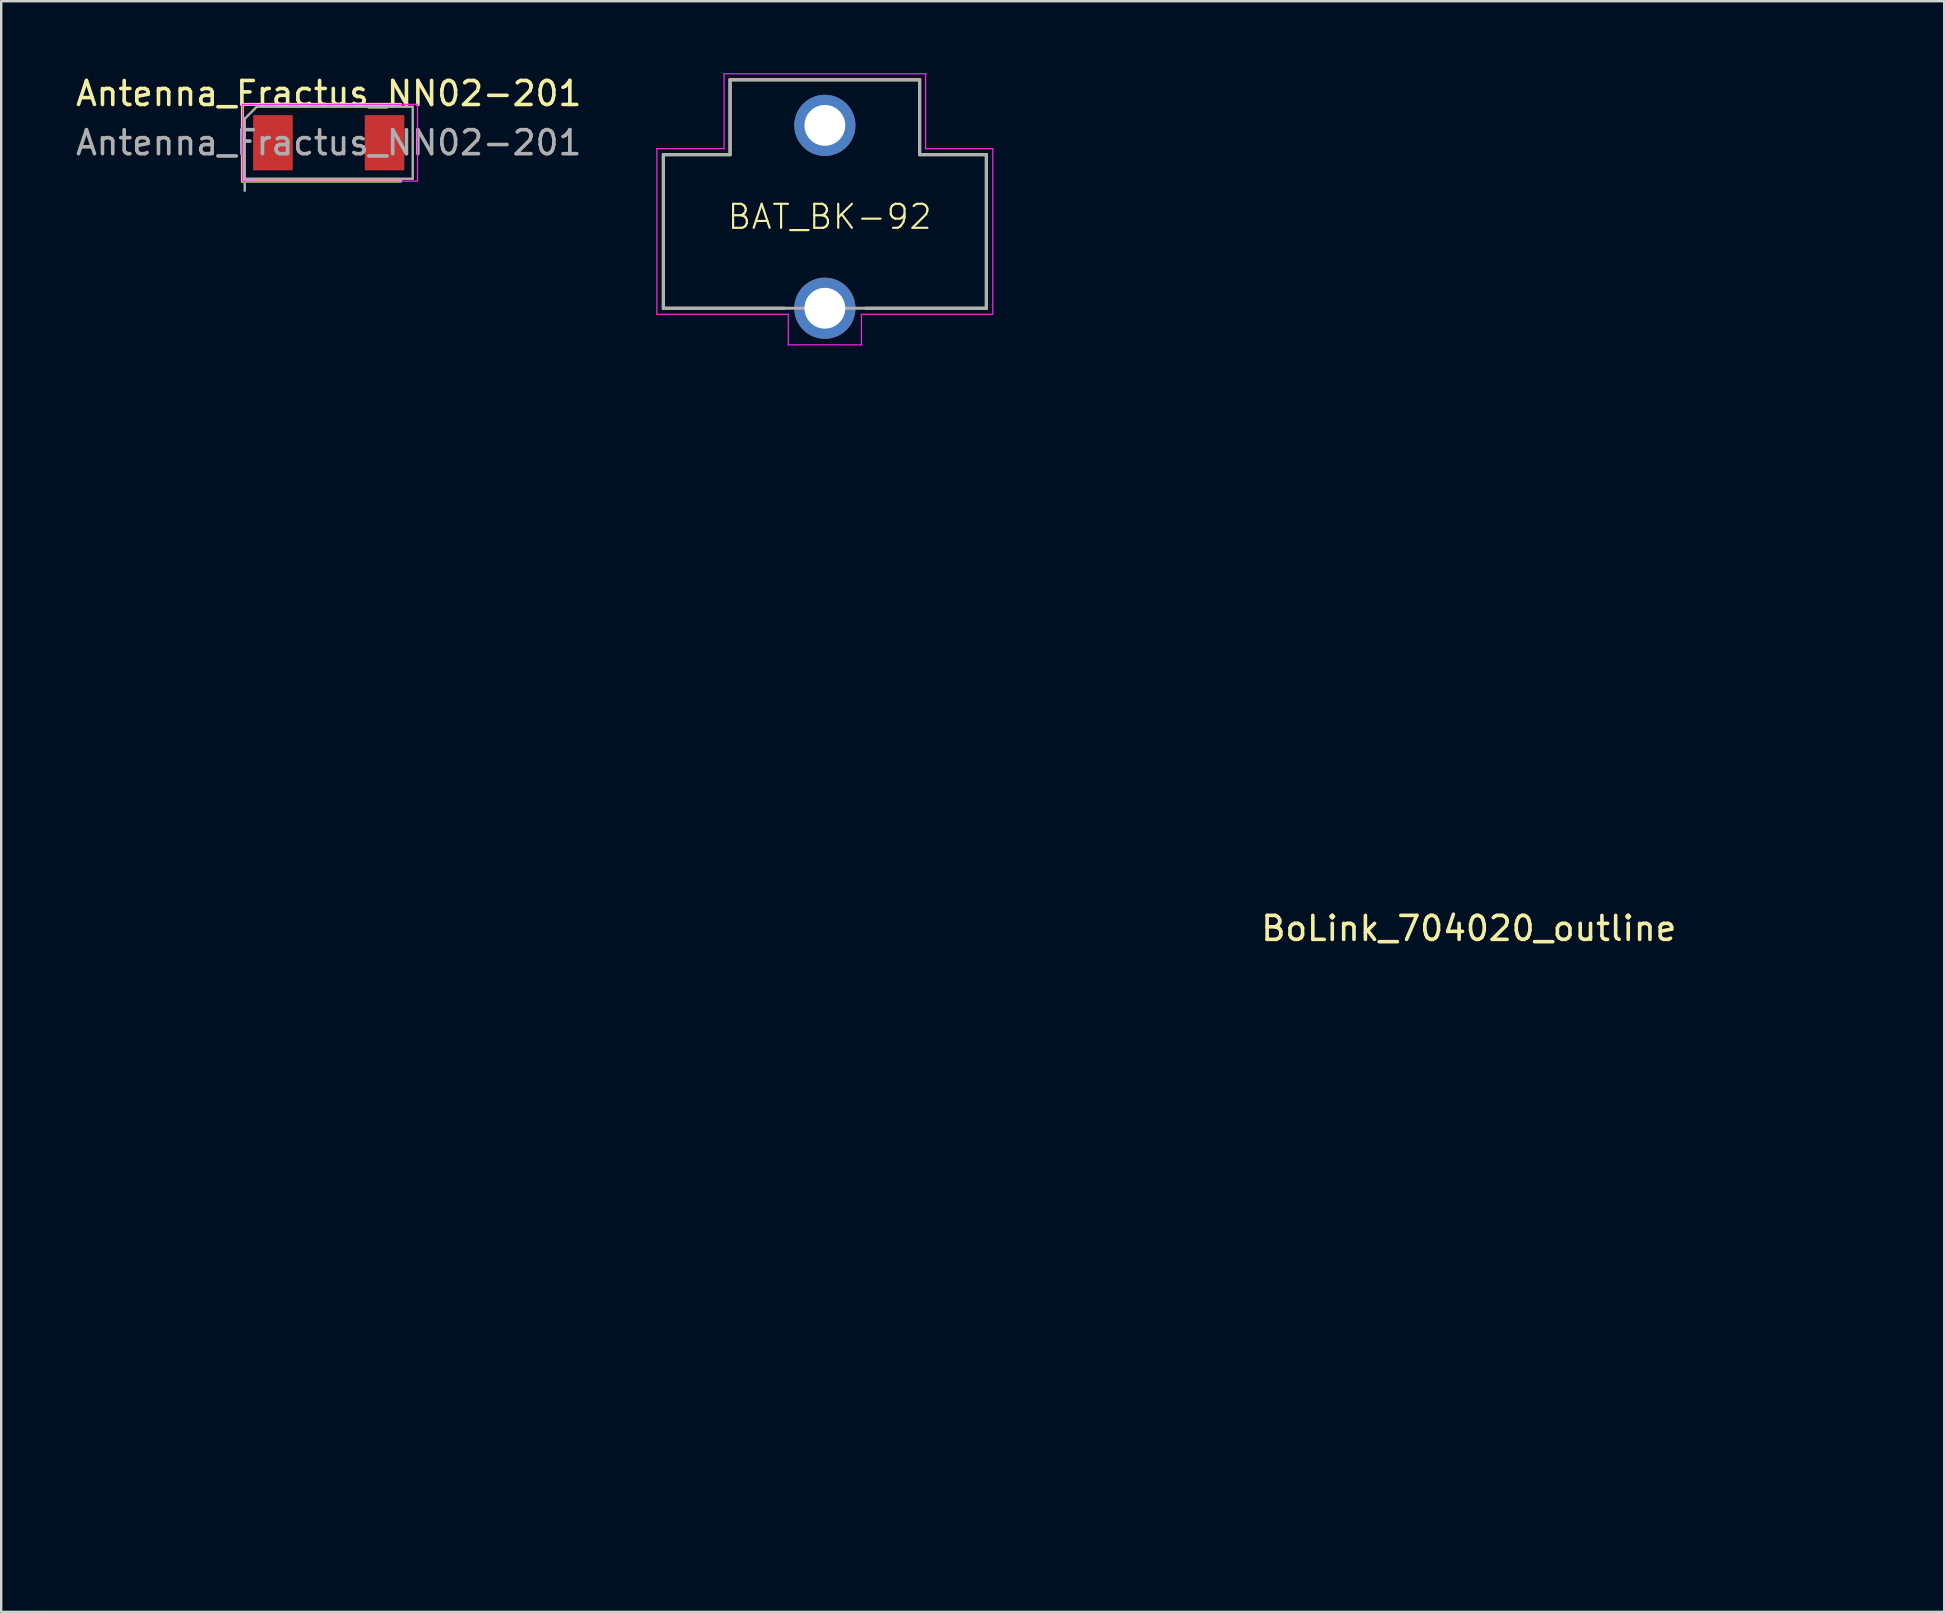
<source format=kicad_pcb>
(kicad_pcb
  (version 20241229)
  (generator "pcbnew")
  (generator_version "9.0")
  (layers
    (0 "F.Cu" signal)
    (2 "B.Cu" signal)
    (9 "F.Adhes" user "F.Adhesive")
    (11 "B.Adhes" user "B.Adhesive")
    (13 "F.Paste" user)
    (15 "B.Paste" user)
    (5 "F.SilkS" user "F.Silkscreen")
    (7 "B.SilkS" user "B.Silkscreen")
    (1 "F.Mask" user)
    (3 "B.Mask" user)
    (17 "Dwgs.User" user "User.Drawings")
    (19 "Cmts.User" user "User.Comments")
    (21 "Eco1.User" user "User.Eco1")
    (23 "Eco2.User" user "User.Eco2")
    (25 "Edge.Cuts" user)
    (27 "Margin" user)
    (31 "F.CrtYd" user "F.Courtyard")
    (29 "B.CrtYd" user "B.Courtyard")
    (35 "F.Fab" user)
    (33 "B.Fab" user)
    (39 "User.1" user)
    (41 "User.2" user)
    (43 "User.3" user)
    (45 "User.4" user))
  (footprint "BoLink_704020_outline"
    (layer "F.Cu")
    (at 58.158 30.56)
    (property "Reference" "BoLink_704020_outline" (at 0 5.08 0) (layer "F.SilkS") (effects (font (size 1 1) (thickness 0.15))))
    (attr through_hole)
    (fp_line (start -16.75 -25.75) (end -14.75 -25.75) (stroke (width 0.12) (type solid)) (layer "Eco1.User"))
    (fp_line (start -16.75 0) (end -16.75 -25.75) (stroke (width 0.12) (type solid)) (layer "Eco1.User"))
    (fp_line (start -16.75 0) (end -16.75 25.75) (stroke (width 0.12) (type solid)) (layer "Eco1.User"))
    (fp_line (start -16.75 25.75) (end -14.75 25.75) (stroke (width 0.12) (type solid)) (layer "Eco1.User"))
    (fp_line (start -11.75 -30.5) (end -11.75 -28.75) (stroke (width 0.12) (type solid)) (layer "Eco1.User"))
    (fp_line (start -11.75 30.5) (end -11.75 28.75) (stroke (width 0.12) (type solid)) (layer "Eco1.User"))
    (fp_line (start 0 -30.5) (end -11.75 -30.5) (stroke (width 0.12) (type solid)) (layer "Eco1.User"))
    (fp_line (start 0 -30.5) (end 11.75 -30.5) (stroke (width 0.12) (type solid)) (layer "Eco1.User"))
    (fp_line (start 0 30.5) (end -11.75 30.5) (stroke (width 0.12) (type solid)) (layer "Eco1.User"))
    (fp_line (start 0 30.5) (end 11.75 30.5) (stroke (width 0.12) (type solid)) (layer "Eco1.User"))
    (fp_line (start 11.75 -30.5) (end 11.75 -28.35) (stroke (width 0.12) (type solid)) (layer "Eco1.User"))
    (fp_line (start 11.75 30.5) (end 11.75 28.75) (stroke (width 0.12) (type solid)) (layer "Eco1.User"))
    (fp_line (start 16.75 -25.75) (end 14.6 -25.75) (stroke (width 0.12) (type solid)) (layer "Eco1.User"))
    (fp_line (start 16.75 0) (end 16.75 -25.75) (stroke (width 0.12) (type solid)) (layer "Eco1.User"))
    (fp_line (start 16.75 0) (end 16.75 25.75) (stroke (width 0.12) (type solid)) (layer "Eco1.User"))
    (fp_line (start 16.75 25.75) (end 14.75 25.75) (stroke (width 0.12) (type solid)) (layer "Eco1.User"))
    (fp_arc (start -14.75 25.75) (mid -12.62868 26.62868) (end -11.75 28.75) (stroke (width 0.12) (type solid)) (layer "Eco1.User"))
    (fp_arc (start -11.75 -28.75) (mid -12.62868 -26.62868) (end -14.75 -25.75) (stroke (width 0.12) (type solid)) (layer "Eco1.User"))
    (fp_arc (start 11.75 28.75) (mid 12.62868 26.62868) (end 14.75 25.75) (stroke (width 0.12) (type solid)) (layer "Eco1.User"))
    (fp_arc (start 14.75 -25.75) (mid 12.62868 -26.62868) (end 11.75 -28.75) (stroke (width 0.12) (type solid)) (layer "Eco1.User"))
    (fp_circle (center -12.5 -20) (end -11.25 -20) (stroke (width 0.12) (type solid)) (fill no) (layer "Eco1.User"))
    (fp_circle (center 12.5 20) (end 13.75 20) (stroke (width 0.12) (type solid)) (fill no) (layer "Eco1.User"))
    (fp_poly (pts (xy -13.5 -23) (xy -16.5 -23) (xy -16.5 -25.5) (xy -13.5 -25.5)) (stroke (width 0.1) (type solid)) (fill no) (layer "Eco1.User"))
    (fp_poly (pts (xy -13.5 25.5) (xy -16.5 25.5) (xy -16.5 23) (xy -13.5 23)) (stroke (width 0.1) (type solid)) (fill no) (layer "Eco1.User"))
    (fp_poly (pts (xy 16.5 -23) (xy 13.5 -23) (xy 13.5 -25.5) (xy 16.5 -25.5)) (stroke (width 0.1) (type solid)) (fill no) (layer "Eco1.User"))
    (fp_poly (pts (xy 16.5 25.5) (xy 13.5 25.5) (xy 13.5 23) (xy 16.5 23)) (stroke (width 0.1) (type solid)) (fill no) (layer "Eco1.User")))
  (footprint "Antenna_Fractus_NN02-201"
    (layer "F.Cu")
    (at 10.649 2.898)
    (property "Reference" "Antenna_Fractus_NN02-201" (at 0 -2.05 0) (layer "F.SilkS") (effects (font (size 1 1) (thickness 0.15))))
    (attr smd)
    (fp_line (start -3.6 -1.6) (end -3.6 1.6) (stroke (width 0.12) (type solid)) (layer "F.SilkS"))
    (fp_line (start -3.6 1.6) (end 3 1.6) (stroke (width 0.12) (type solid)) (layer "F.SilkS"))
    (fp_line (start 3 -1.6) (end -3.6 -1.6) (stroke (width 0.12) (type solid)) (layer "F.SilkS"))
    (fp_line (start -3.6 -1.6) (end 3.7 -1.6) (stroke (width 0.05) (type solid)) (layer "F.CrtYd"))
    (fp_line (start -3.6 1.6) (end -3.6 -1.6) (stroke (width 0.05) (type solid)) (layer "F.CrtYd"))
    (fp_line (start 3.7 -1.6) (end 3.7 1.6) (stroke (width 0.05) (type solid)) (layer "F.CrtYd"))
    (fp_line (start 3.7 1.6) (end -3.6 1.6) (stroke (width 0.05) (type solid)) (layer "F.CrtYd"))
    (fp_line (start -3.5 -1) (end -3.5 2) (stroke (width 0.1) (type solid)) (layer "F.Fab"))
    (fp_line (start -3.5 1.5) (end 3.5 1.5) (stroke (width 0.1) (type solid)) (layer "F.Fab"))
    (fp_line (start -3 -1.5) (end -3.5 -1) (stroke (width 0.1) (type solid)) (layer "F.Fab"))
    (fp_line (start 3.5 -1.5) (end -3 -1.5) (stroke (width 0.1) (type solid)) (layer "F.Fab"))
    (fp_line (start 3.5 1.5) (end 3.5 -1.5) (stroke (width 0.1) (type solid)) (layer "F.Fab"))
    (fp_text user "${REFERENCE}" (at 0 0 0) (layer "F.Fab") (effects (font (size 1 1) (thickness 0.15))))
    (pad "1" smd rect (at -2.325 0 90) (size 2.3 1.65) (layers "F.Cu" "F.Mask" "F.Paste"))
    (pad "2" smd rect (at 2.325 0 90) (size 2.3 1.65) (layers "F.Cu" "F.Mask" "F.Paste")))
  (footprint "BAT_BK-92"
    (layer "F.Cu")
    (at 31.323 5.985)
    (property "Reference" "BAT_BK-92" (at 0.2 0 0) (layer "F.SilkS") (effects (font (size 1 1) (thickness 0.09))))
    (attr through_hole)
    (fp_line (start -6.73 -2.59) (end -3.95 -2.59) (stroke (width 0.127) (type solid)) (layer "F.SilkS"))
    (fp_line (start -6.73 3.81) (end -6.73 -2.59) (stroke (width 0.127) (type solid)) (layer "F.SilkS"))
    (fp_line (start -3.95 -5.71) (end 3.95 -5.71) (stroke (width 0.127) (type solid)) (layer "F.SilkS"))
    (fp_line (start -3.95 -2.59) (end -3.95 -5.71) (stroke (width 0.127) (type solid)) (layer "F.SilkS"))
    (fp_line (start -1.7 3.81) (end -6.73 3.81) (stroke (width 0.127) (type solid)) (layer "F.SilkS"))
    (fp_line (start 3.95 -2.59) (end 3.95 -5.71) (stroke (width 0.127) (type solid)) (layer "F.SilkS"))
    (fp_line (start 6.73 -2.59) (end 3.95 -2.59) (stroke (width 0.127) (type solid)) (layer "F.SilkS"))
    (fp_line (start 6.73 -2.59) (end 6.73 3.81) (stroke (width 0.127) (type solid)) (layer "F.SilkS"))
    (fp_line (start 6.73 3.81) (end 1.7 3.81) (stroke (width 0.127) (type solid)) (layer "F.SilkS"))
    (fp_line (start -7 -2.84) (end -4.2 -2.84) (stroke (width 0.05) (type solid)) (layer "F.CrtYd"))
    (fp_line (start -7 4.06) (end -7 -2.84) (stroke (width 0.05) (type solid)) (layer "F.CrtYd"))
    (fp_line (start -4.2 -5.96) (end 4.2 -5.96) (stroke (width 0.05) (type solid)) (layer "F.CrtYd"))
    (fp_line (start -4.2 -2.84) (end -4.2 -5.96) (stroke (width 0.05) (type solid)) (layer "F.CrtYd"))
    (fp_line (start -1.525 4.06) (end -7 4.06) (stroke (width 0.05) (type solid)) (layer "F.CrtYd"))
    (fp_line (start -1.525 5.335) (end -1.525 4.06) (stroke (width 0.05) (type solid)) (layer "F.CrtYd"))
    (fp_line (start 1.525 4.06) (end 1.525 5.335) (stroke (width 0.05) (type solid)) (layer "F.CrtYd"))
    (fp_line (start 1.525 5.335) (end -1.525 5.335) (stroke (width 0.05) (type solid)) (layer "F.CrtYd"))
    (fp_line (start 4.2 -5.96) (end 4.2 -2.84) (stroke (width 0.05) (type solid)) (layer "F.CrtYd"))
    (fp_line (start 4.2 -2.84) (end 7 -2.84) (stroke (width 0.05) (type solid)) (layer "F.CrtYd"))
    (fp_line (start 7 -2.84) (end 7 4.06) (stroke (width 0.05) (type solid)) (layer "F.CrtYd"))
    (fp_line (start 7 4.06) (end 1.525 4.06) (stroke (width 0.05) (type solid)) (layer "F.CrtYd"))
    (fp_line (start -6.73 -2.59) (end -3.95 -2.59) (stroke (width 0.127) (type solid)) (layer "F.Fab"))
    (fp_line (start -6.73 3.81) (end -6.73 -2.59) (stroke (width 0.127) (type solid)) (layer "F.Fab"))
    (fp_line (start -3.95 -5.71) (end 3.95 -5.71) (stroke (width 0.127) (type solid)) (layer "F.Fab"))
    (fp_line (start -3.95 -2.59) (end -3.95 -5.71) (stroke (width 0.127) (type solid)) (layer "F.Fab"))
    (fp_line (start 3.95 -2.59) (end 3.95 -5.71) (stroke (width 0.127) (type solid)) (layer "F.Fab"))
    (fp_line (start 6.73 -2.59) (end 3.95 -2.59) (stroke (width 0.127) (type solid)) (layer "F.Fab"))
    (fp_line (start 6.73 -2.59) (end 6.73 3.81) (stroke (width 0.127) (type solid)) (layer "F.Fab"))
    (fp_line (start 6.73 3.81) (end -6.73 3.81) (stroke (width 0.127) (type solid)) (layer "F.Fab"))
    (pad "1" thru_hole circle (at 0 -3.81) (size 2.55 2.55) (drill 1.7) (layers "*.Cu" "*.Mask"))
    (pad "1" thru_hole circle (at 0 3.81) (size 2.55 2.55) (drill 1.7) (layers "*.Cu" "*.Mask")))
  (gr_rect
    (start -3 -3)
    (end 77.968 64.12)
    (stroke (width 0.1) (type default))
    (fill no)
    (layer "Edge.Cuts")))
</source>
